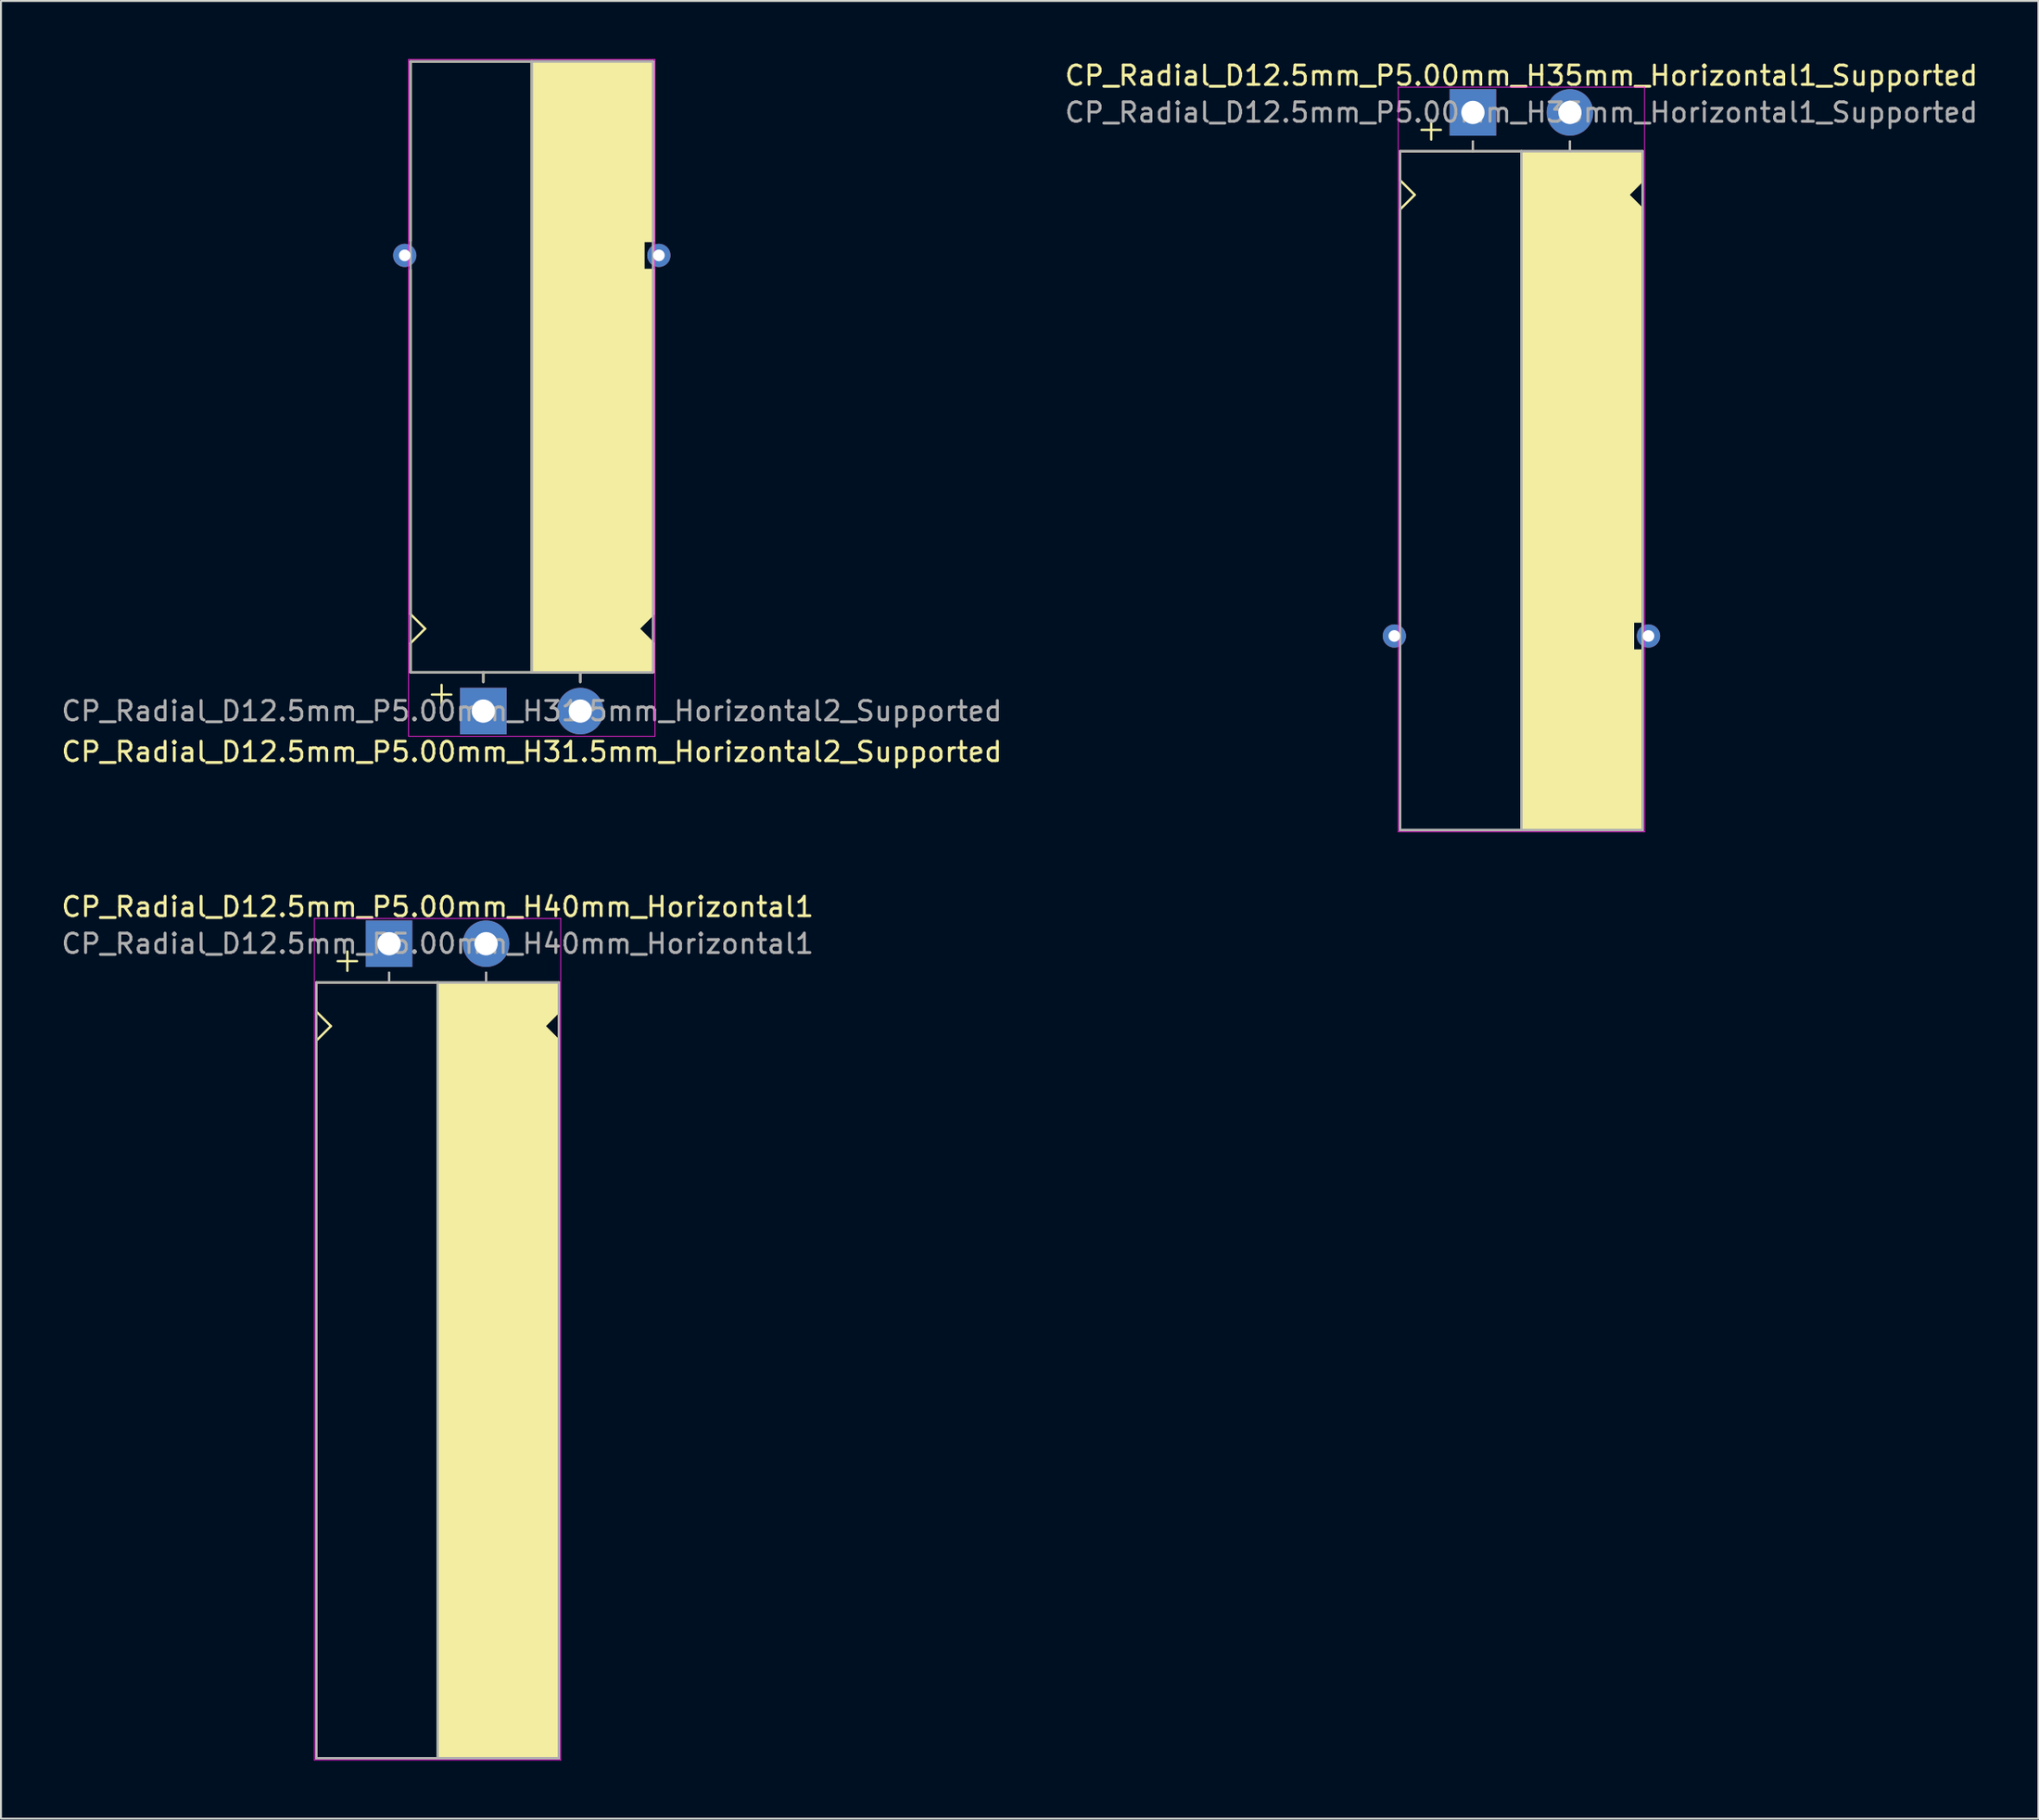
<source format=kicad_pcb>
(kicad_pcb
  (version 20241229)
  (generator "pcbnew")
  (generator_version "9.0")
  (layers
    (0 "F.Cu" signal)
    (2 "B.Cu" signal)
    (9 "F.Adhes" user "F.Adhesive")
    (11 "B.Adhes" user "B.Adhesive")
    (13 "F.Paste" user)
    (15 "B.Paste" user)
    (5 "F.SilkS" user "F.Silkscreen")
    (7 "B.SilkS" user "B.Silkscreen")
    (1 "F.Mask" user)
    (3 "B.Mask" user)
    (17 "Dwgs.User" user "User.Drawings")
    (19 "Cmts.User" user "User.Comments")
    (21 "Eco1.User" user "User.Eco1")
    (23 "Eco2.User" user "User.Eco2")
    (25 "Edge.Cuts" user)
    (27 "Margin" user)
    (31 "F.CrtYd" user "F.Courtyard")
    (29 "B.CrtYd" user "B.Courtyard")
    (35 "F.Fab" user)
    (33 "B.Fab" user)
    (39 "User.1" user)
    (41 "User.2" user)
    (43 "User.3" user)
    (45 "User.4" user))
  (footprint "CP_Radial_D12.5mm_P5.00mm_H40mm_Horizontal1"
    (layer "F.Cu")
    (at 17.006 45.617)
    (property "Reference" "CP_Radial_D12.5mm_P5.00mm_H40mm_Horizontal1" (at 2.5 -1.9 180) (layer "F.SilkS") (effects (font (size 1 1) (thickness 0.15))))
    (attr through_hole)
    (fp_line (start -3.75 2) (end -3.75 3.5) (stroke (width 0.12) (type solid)) (layer "F.SilkS"))
    (fp_line (start -3.75 3.5) (end -3 4.25) (stroke (width 0.12) (type solid)) (layer "F.SilkS"))
    (fp_line (start -3.75 5) (end -3.75 42) (stroke (width 0.12) (type solid)) (layer "F.SilkS"))
    (fp_line (start -3 4.25) (end -3.75 5) (stroke (width 0.12) (type solid)) (layer "F.SilkS"))
    (fp_line (start -2.15 0.4) (end -2.15 1.4) (stroke (width 0.12) (type solid)) (layer "F.SilkS"))
    (fp_line (start -1.65 0.9) (end -2.65 0.9) (stroke (width 0.12) (type solid)) (layer "F.SilkS"))
    (fp_line (start 0 1.5) (end 0 2) (stroke (width 0.12) (type solid)) (layer "F.SilkS"))
    (fp_line (start 2.5 2) (end -3.75 2) (stroke (width 0.12) (type solid)) (layer "F.SilkS"))
    (fp_line (start 2.5 2) (end 2.5 42) (stroke (width 0.12) (type solid)) (layer "F.SilkS"))
    (fp_line (start 2.5 2) (end 8.75 2) (stroke (width 0.12) (type solid)) (layer "F.SilkS"))
    (fp_line (start 5 1.5) (end 5 2) (stroke (width 0.12) (type solid)) (layer "F.SilkS"))
    (fp_line (start 8 4.25) (end 8.75 5) (stroke (width 0.12) (type solid)) (layer "F.SilkS"))
    (fp_line (start 8.75 2) (end 8.75 3.5) (stroke (width 0.12) (type solid)) (layer "F.SilkS"))
    (fp_line (start 8.75 3.5) (end 8 4.25) (stroke (width 0.12) (type solid)) (layer "F.SilkS"))
    (fp_line (start 8.75 5) (end 8.75 42) (stroke (width 0.12) (type solid)) (layer "F.SilkS"))
    (fp_line (start 8.75 42) (end -3.75 42) (stroke (width 0.12) (type solid)) (layer "F.SilkS"))
    (fp_poly (pts (xy 8.75 3.5) (xy 8 4.25) (xy 8.75 5) (xy 8.75 42) (xy 2.5 42) (xy 2.5 2) (xy 8.75 2)) (stroke (width 0.1) (type solid)) (fill yes) (layer "F.SilkS"))
    (fp_line (start -3.85 -1.3) (end 8.85 -1.3) (stroke (width 0.04) (type solid)) (layer "F.CrtYd"))
    (fp_line (start -3.85 42.1) (end -3.85 -1.3) (stroke (width 0.04) (type solid)) (layer "F.CrtYd"))
    (fp_line (start 8.85 -1.3) (end 8.85 42.1) (stroke (width 0.04) (type solid)) (layer "F.CrtYd"))
    (fp_line (start 8.85 42.1) (end -3.85 42.1) (stroke (width 0.04) (type solid)) (layer "F.CrtYd"))
    (fp_line (start -3.75 2) (end -3.75 42) (stroke (width 0.12) (type solid)) (layer "F.Fab"))
    (fp_line (start -3.75 42) (end 8.75 42) (stroke (width 0.12) (type solid)) (layer "F.Fab"))
    (fp_line (start 0 1.5) (end 0 2) (stroke (width 0.12) (type solid)) (layer "F.Fab"))
    (fp_line (start 0 2) (end -3.75 2) (stroke (width 0.12) (type solid)) (layer "F.Fab"))
    (fp_line (start 2.5 2) (end 2.5 42) (stroke (width 0.12) (type solid)) (layer "F.Fab"))
    (fp_line (start 5 2) (end 5 1.5) (stroke (width 0.12) (type solid)) (layer "F.Fab"))
    (fp_line (start 8.75 2) (end 0 2) (stroke (width 0.12) (type solid)) (layer "F.Fab"))
    (fp_line (start 8.75 42) (end 8.75 2) (stroke (width 0.12) (type solid)) (layer "F.Fab"))
    (fp_poly (pts (xy 8.75 42) (xy 2.5 42) (xy 2.5 2) (xy 8.75 2)) (stroke (width 0.1) (type solid)) (fill no) (layer "F.Fab"))
    (fp_text user "${REFERENCE}" (at 2.5 0 0) (layer "F.Fab") (effects (font (size 1 1) (thickness 0.15))))
    (pad "1" thru_hole rect (at 0 0) (size 2.4 2.4) (drill 1.2) (layers "*.Cu" "*.Mask"))
    (pad "2" thru_hole circle (at 5 0) (size 2.4 2.4) (drill 1.2) (layers "*.Cu" "*.Mask")))
  (footprint "CP_Radial_D12.5mm_P5.00mm_H31.5mm_Horizontal2_Supported"
    (layer "F.Cu")
    (at 21.863 33.62)
    (property "Reference" "CP_Radial_D12.5mm_P5.00mm_H31.5mm_Horizontal2_Supported" (at 2.5 2.1 180) (layer "F.SilkS") (effects (font (size 1 1) (thickness 0.15))))
    (attr through_hole)
    (fp_line (start -3.75 -33.5) (end -3.75 -24.25) (stroke (width 0.12) (type solid)) (layer "F.SilkS"))
    (fp_line (start -3.75 -5) (end -3.75 -22.75) (stroke (width 0.12) (type solid)) (layer "F.SilkS"))
    (fp_line (start -3.75 -3.5) (end -3 -4.25) (stroke (width 0.12) (type solid)) (layer "F.SilkS"))
    (fp_line (start -3.75 -2) (end -3.75 -3.5) (stroke (width 0.12) (type solid)) (layer "F.SilkS"))
    (fp_line (start -3 -4.25) (end -3.75 -5) (stroke (width 0.12) (type solid)) (layer "F.SilkS"))
    (fp_line (start -2.15 -1.35) (end -2.15 -0.35) (stroke (width 0.12) (type solid)) (layer "F.SilkS"))
    (fp_line (start -1.65 -0.85) (end -2.65 -0.85) (stroke (width 0.12) (type solid)) (layer "F.SilkS"))
    (fp_line (start 0 -1.5) (end 0 -2) (stroke (width 0.12) (type solid)) (layer "F.SilkS"))
    (fp_line (start 2.5 -2) (end -3.75 -2) (stroke (width 0.12) (type solid)) (layer "F.SilkS"))
    (fp_line (start 2.5 -2) (end 2.5 -33.5) (stroke (width 0.12) (type solid)) (layer "F.SilkS"))
    (fp_line (start 2.5 -2) (end 8.75 -2) (stroke (width 0.12) (type solid)) (layer "F.SilkS"))
    (fp_line (start 5 -1.5) (end 5 -2) (stroke (width 0.12) (type solid)) (layer "F.SilkS"))
    (fp_line (start 8 -4.25) (end 8.75 -5) (stroke (width 0.12) (type solid)) (layer "F.SilkS"))
    (fp_line (start 8.25 -24.25) (end 8.25 -22.75) (stroke (width 0.12) (type solid)) (layer "F.SilkS"))
    (fp_line (start 8.25 -22.75) (end 8.75 -22.75) (stroke (width 0.12) (type solid)) (layer "F.SilkS"))
    (fp_line (start 8.75 -33.5) (end -3.75 -33.5) (stroke (width 0.12) (type solid)) (layer "F.SilkS"))
    (fp_line (start 8.75 -33.5) (end 8.75 -24.25) (stroke (width 0.12) (type solid)) (layer "F.SilkS"))
    (fp_line (start 8.75 -24.25) (end 8.25 -24.25) (stroke (width 0.12) (type solid)) (layer "F.SilkS"))
    (fp_line (start 8.75 -5) (end 8.75 -22.75) (stroke (width 0.12) (type solid)) (layer "F.SilkS"))
    (fp_line (start 8.75 -3.5) (end 8 -4.25) (stroke (width 0.12) (type solid)) (layer "F.SilkS"))
    (fp_line (start 8.75 -2) (end 8.75 -3.5) (stroke (width 0.12) (type solid)) (layer "F.SilkS"))
    (fp_poly (pts (xy 8.75 -3.5) (xy 8 -4.25) (xy 8.75 -5) (xy 8.75 -22.75) (xy 8.25 -22.75) (xy 8.25 -24.25) (xy 8.75 -24.25) (xy 8.75 -33.5) (xy 2.5 -33.5) (xy 2.5 -2) (xy 8.75 -2)) (stroke (width 0.1) (type solid)) (fill yes) (layer "F.SilkS"))
    (fp_line (start -3.85 -33.6) (end -3.85 1.3) (stroke (width 0.04) (type solid)) (layer "F.CrtYd"))
    (fp_line (start 8.85 -33.6) (end -3.85 -33.6) (stroke (width 0.04) (type solid)) (layer "F.CrtYd"))
    (fp_line (start 8.85 1.3) (end -3.85 1.3) (stroke (width 0.04) (type solid)) (layer "F.CrtYd"))
    (fp_line (start 8.85 1.3) (end 8.85 -33.6) (stroke (width 0.04) (type solid)) (layer "F.CrtYd"))
    (fp_line (start -3.75 -33.5) (end 8.75 -33.5) (stroke (width 0.12) (type solid)) (layer "F.Fab"))
    (fp_line (start -3.75 -2) (end -3.75 -33.5) (stroke (width 0.12) (type solid)) (layer "F.Fab"))
    (fp_line (start 0 -2) (end -3.75 -2) (stroke (width 0.12) (type solid)) (layer "F.Fab"))
    (fp_line (start 0 -1.5) (end 0 -2) (stroke (width 0.12) (type solid)) (layer "F.Fab"))
    (fp_line (start 2.5 -2) (end 2.5 -33.5) (stroke (width 0.12) (type solid)) (layer "F.Fab"))
    (fp_line (start 5 -2) (end 5 -1.5) (stroke (width 0.12) (type solid)) (layer "F.Fab"))
    (fp_line (start 8.75 -33.5) (end 8.75 -2) (stroke (width 0.12) (type solid)) (layer "F.Fab"))
    (fp_line (start 8.75 -2) (end 0 -2) (stroke (width 0.12) (type solid)) (layer "F.Fab"))
    (fp_poly (pts (xy 8.75 -33.5) (xy 2.5 -33.5) (xy 2.5 -2) (xy 8.75 -2)) (stroke (width 0.1) (type solid)) (fill no) (layer "F.Fab"))
    (fp_text user "${REFERENCE}" (at 2.5 0 0) (layer "F.Fab") (effects (font (size 1 1) (thickness 0.15))))
    (pad "" thru_hole circle (at -4.05 -23.5 180) (size 1.2 1.2) (drill 0.6) (layers "*.Cu" "*.Mask"))
    (pad "" thru_hole circle (at 9.05 -23.5 180) (size 1.2 1.2) (drill 0.6) (layers "*.Cu" "*.Mask"))
    (pad "1" thru_hole rect (at 0 0) (size 2.4 2.4) (drill 1.2) (layers "*.Cu" "*.Mask"))
    (pad "2" thru_hole circle (at 5 0) (size 2.4 2.4) (drill 1.2) (layers "*.Cu" "*.Mask")))
  (footprint "CP_Radial_D12.5mm_P5.00mm_H35mm_Horizontal1_Supported"
    (layer "F.Cu")
    (at 72.875 2.748)
    (property "Reference" "CP_Radial_D12.5mm_P5.00mm_H35mm_Horizontal1_Supported" (at 2.5 -1.9 180) (layer "F.SilkS") (effects (font (size 1 1) (thickness 0.15))))
    (attr through_hole)
    (fp_line (start -3.75 2) (end -3.75 3.5) (stroke (width 0.12) (type solid)) (layer "F.SilkS"))
    (fp_line (start -3.75 3.5) (end -3 4.25) (stroke (width 0.12) (type solid)) (layer "F.SilkS"))
    (fp_line (start -3.75 5) (end -3.75 26.25) (stroke (width 0.12) (type solid)) (layer "F.SilkS"))
    (fp_line (start -3.75 37) (end -3.75 27.75) (stroke (width 0.12) (type solid)) (layer "F.SilkS"))
    (fp_line (start -3 4.25) (end -3.75 5) (stroke (width 0.12) (type solid)) (layer "F.SilkS"))
    (fp_line (start -2.15 0.4) (end -2.15 1.4) (stroke (width 0.12) (type solid)) (layer "F.SilkS"))
    (fp_line (start -1.65 0.9) (end -2.65 0.9) (stroke (width 0.12) (type solid)) (layer "F.SilkS"))
    (fp_line (start 0 1.5) (end 0 2) (stroke (width 0.12) (type solid)) (layer "F.SilkS"))
    (fp_line (start 2.5 2) (end -3.75 2) (stroke (width 0.12) (type solid)) (layer "F.SilkS"))
    (fp_line (start 2.5 2) (end 2.5 37) (stroke (width 0.12) (type solid)) (layer "F.SilkS"))
    (fp_line (start 2.5 2) (end 8.75 2) (stroke (width 0.12) (type solid)) (layer "F.SilkS"))
    (fp_line (start 5 1.5) (end 5 2) (stroke (width 0.12) (type solid)) (layer "F.SilkS"))
    (fp_line (start 8 4.25) (end 8.75 5) (stroke (width 0.12) (type solid)) (layer "F.SilkS"))
    (fp_line (start 8.25 26.25) (end 8.75 26.25) (stroke (width 0.12) (type solid)) (layer "F.SilkS"))
    (fp_line (start 8.25 27.75) (end 8.25 26.25) (stroke (width 0.12) (type solid)) (layer "F.SilkS"))
    (fp_line (start 8.75 2) (end 8.75 3.5) (stroke (width 0.12) (type solid)) (layer "F.SilkS"))
    (fp_line (start 8.75 3.5) (end 8 4.25) (stroke (width 0.12) (type solid)) (layer "F.SilkS"))
    (fp_line (start 8.75 5) (end 8.75 26.25) (stroke (width 0.12) (type solid)) (layer "F.SilkS"))
    (fp_line (start 8.75 27.75) (end 8.25 27.75) (stroke (width 0.12) (type solid)) (layer "F.SilkS"))
    (fp_line (start 8.75 37) (end -3.75 37) (stroke (width 0.12) (type solid)) (layer "F.SilkS"))
    (fp_line (start 8.75 37) (end 8.75 27.75) (stroke (width 0.12) (type solid)) (layer "F.SilkS"))
    (fp_poly (pts (xy 8.75 3.5) (xy 8 4.25) (xy 8.75 5) (xy 8.75 26.25) (xy 8.25 26.25) (xy 8.25 27.75) (xy 8.75 27.75) (xy 8.75 37) (xy 2.5 37) (xy 2.5 2) (xy 8.75 2)) (stroke (width 0.1) (type solid)) (fill yes) (layer "F.SilkS"))
    (fp_line (start -3.85 -1.3) (end 8.85 -1.3) (stroke (width 0.04) (type solid)) (layer "F.CrtYd"))
    (fp_line (start -3.85 37.1) (end -3.85 -1.3) (stroke (width 0.04) (type solid)) (layer "F.CrtYd"))
    (fp_line (start 8.85 -1.3) (end 8.85 37.1) (stroke (width 0.04) (type solid)) (layer "F.CrtYd"))
    (fp_line (start 8.85 37.1) (end -3.85 37.1) (stroke (width 0.04) (type solid)) (layer "F.CrtYd"))
    (fp_line (start -3.75 2) (end -3.75 37) (stroke (width 0.12) (type solid)) (layer "F.Fab"))
    (fp_line (start -3.75 37) (end 8.75 37) (stroke (width 0.12) (type solid)) (layer "F.Fab"))
    (fp_line (start 0 1.5) (end 0 2) (stroke (width 0.12) (type solid)) (layer "F.Fab"))
    (fp_line (start 0 2) (end -3.75 2) (stroke (width 0.12) (type solid)) (layer "F.Fab"))
    (fp_line (start 2.5 2) (end 2.5 37) (stroke (width 0.12) (type solid)) (layer "F.Fab"))
    (fp_line (start 5 2) (end 5 1.5) (stroke (width 0.12) (type solid)) (layer "F.Fab"))
    (fp_line (start 8.75 2) (end 0 2) (stroke (width 0.12) (type solid)) (layer "F.Fab"))
    (fp_line (start 8.75 37) (end 8.75 2) (stroke (width 0.12) (type solid)) (layer "F.Fab"))
    (fp_poly (pts (xy 8.75 37) (xy 2.5 37) (xy 2.5 2) (xy 8.75 2)) (stroke (width 0.1) (type solid)) (fill no) (layer "F.Fab"))
    (fp_text user "${REFERENCE}" (at 2.5 0 0) (layer "F.Fab") (effects (font (size 1 1) (thickness 0.15))))
    (pad "" thru_hole circle (at -4.05 27) (size 1.2 1.2) (drill 0.6) (layers "*.Cu" "*.Mask"))
    (pad "" thru_hole circle (at 9.05 27) (size 1.2 1.2) (drill 0.6) (layers "*.Cu" "*.Mask"))
    (pad "1" thru_hole rect (at 0 0) (size 2.4 2.4) (drill 1.2) (layers "*.Cu" "*.Mask"))
    (pad "2" thru_hole circle (at 5 0) (size 2.4 2.4) (drill 1.2) (layers "*.Cu" "*.Mask")))
  (gr_rect
    (start -3 -3)
    (end 102.024 90.737)
    (stroke (width 0.1) (type default))
    (fill no)
    (layer "Edge.Cuts")))
</source>
